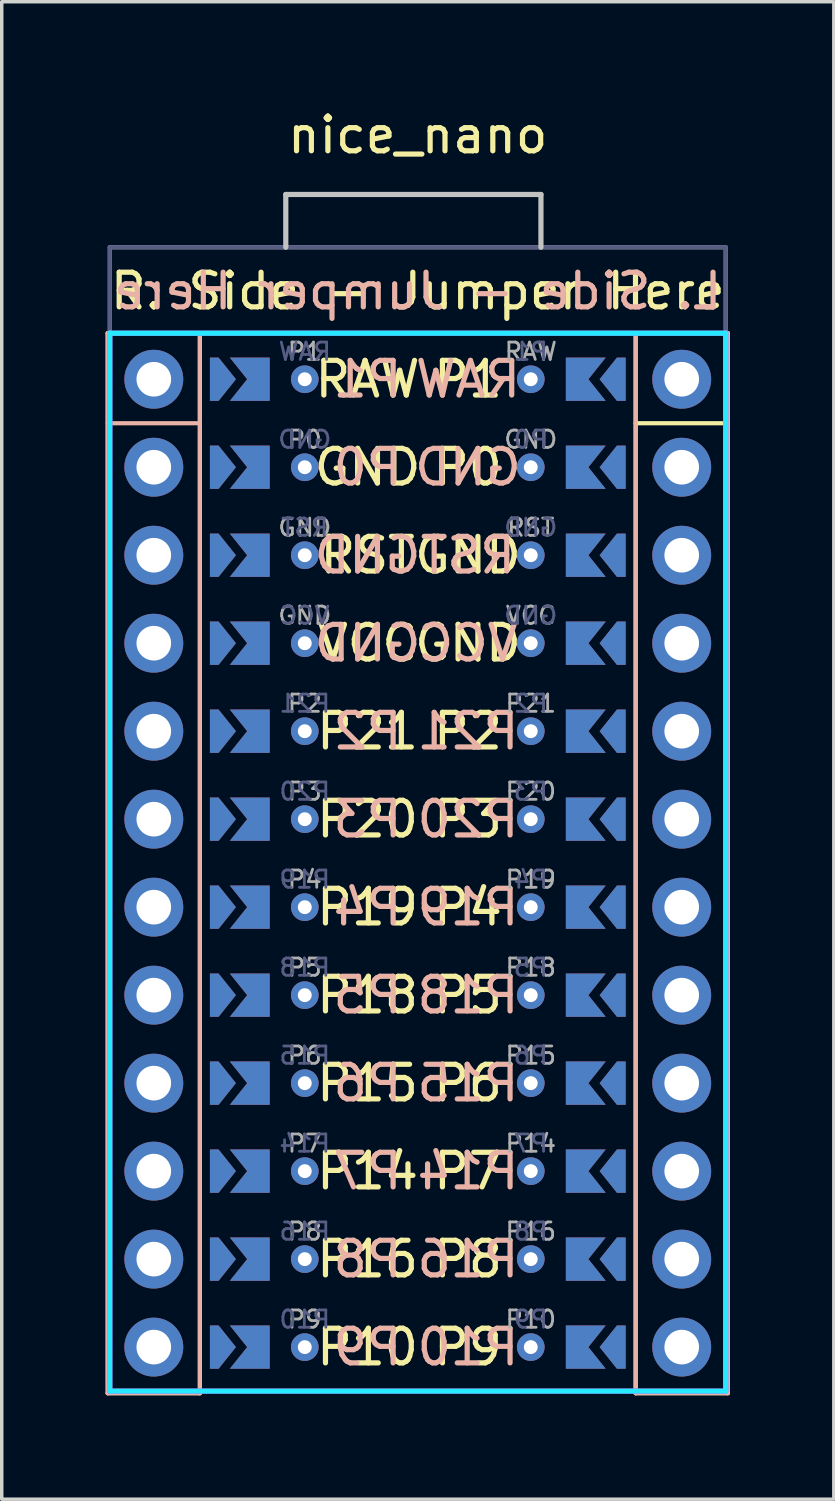
<source format=kicad_pcb>
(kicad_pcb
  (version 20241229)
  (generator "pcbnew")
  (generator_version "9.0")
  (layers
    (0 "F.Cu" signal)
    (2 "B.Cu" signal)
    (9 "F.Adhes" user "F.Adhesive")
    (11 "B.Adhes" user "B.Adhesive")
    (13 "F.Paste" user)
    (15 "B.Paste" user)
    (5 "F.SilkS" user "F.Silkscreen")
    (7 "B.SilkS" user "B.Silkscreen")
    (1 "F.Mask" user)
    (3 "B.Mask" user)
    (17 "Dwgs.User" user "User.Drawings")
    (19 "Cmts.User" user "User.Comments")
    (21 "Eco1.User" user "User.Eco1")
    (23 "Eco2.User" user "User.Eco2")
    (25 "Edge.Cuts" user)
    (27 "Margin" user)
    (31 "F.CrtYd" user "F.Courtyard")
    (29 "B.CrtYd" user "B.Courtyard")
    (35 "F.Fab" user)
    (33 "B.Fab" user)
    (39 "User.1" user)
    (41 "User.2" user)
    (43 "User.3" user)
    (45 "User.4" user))
  (footprint "nice_nano"
    (layer "F.Cu")
    (at 9.01 20.598)
    (property "Reference" "nice_nano" (at 0 -19.75 0) (layer "F.SilkS") (effects (font (size 1 1) (thickness 0.15))))
    (attr through_hole)
    (fp_line (start -8.95 -14.03) (end -8.95 16.57) (stroke (width 0.12) (type solid)) (layer "F.SilkS"))
    (fp_line (start -8.95 -14.03) (end -6.29 -14.03) (stroke (width 0.12) (type solid)) (layer "F.SilkS"))
    (fp_line (start -8.95 16.57) (end -6.29 16.57) (stroke (width 0.12) (type solid)) (layer "F.SilkS"))
    (fp_line (start -6.29 -14.03) (end -6.29 16.57) (stroke (width 0.12) (type solid)) (layer "F.SilkS"))
    (fp_line (start 6.29 -14.03) (end 6.29 16.57) (stroke (width 0.12) (type solid)) (layer "F.SilkS"))
    (fp_line (start 6.29 -14.03) (end 8.95 -14.03) (stroke (width 0.12) (type solid)) (layer "F.SilkS"))
    (fp_line (start 6.29 -11.43) (end 8.95 -11.43) (stroke (width 0.12) (type solid)) (layer "F.SilkS"))
    (fp_line (start 6.29 16.57) (end 8.95 16.57) (stroke (width 0.12) (type solid)) (layer "F.SilkS"))
    (fp_line (start 8.95 -14.03) (end 8.95 16.57) (stroke (width 0.12) (type solid)) (layer "F.SilkS"))
    (fp_line (start -8.95 -14.03) (end -8.95 16.57) (stroke (width 0.12) (type solid)) (layer "B.SilkS"))
    (fp_line (start -8.95 -11.43) (end -6.29 -11.43) (stroke (width 0.12) (type solid)) (layer "B.SilkS"))
    (fp_line (start -6.29 -14.03) (end -8.95 -14.03) (stroke (width 0.12) (type solid)) (layer "B.SilkS"))
    (fp_line (start -6.29 -14.03) (end -6.29 16.57) (stroke (width 0.12) (type solid)) (layer "B.SilkS"))
    (fp_line (start -6.29 16.57) (end -8.95 16.57) (stroke (width 0.12) (type solid)) (layer "B.SilkS"))
    (fp_line (start 6.29 -14.03) (end 6.29 16.57) (stroke (width 0.12) (type solid)) (layer "B.SilkS"))
    (fp_line (start 8.95 -14.03) (end 6.29 -14.03) (stroke (width 0.12) (type solid)) (layer "B.SilkS"))
    (fp_line (start 8.95 -14.03) (end 8.95 16.57) (stroke (width 0.12) (type solid)) (layer "B.SilkS"))
    (fp_line (start 8.95 16.57) (end 6.29 16.57) (stroke (width 0.12) (type solid)) (layer "B.SilkS"))
    (fp_line (start -3.81 -18.034) (end 3.556 -18.034) (stroke (width 0.15) (type solid)) (layer "Dwgs.User"))
    (fp_line (start -3.81 -16.51) (end -3.81 -18.034) (stroke (width 0.15) (type solid)) (layer "Dwgs.User"))
    (fp_line (start 3.556 -18.034) (end 3.556 -16.51) (stroke (width 0.15) (type solid)) (layer "Dwgs.User"))
    (fp_line (start -8.89 -14.03) (end 8.89 -14.03) (stroke (width 0.15) (type solid)) (layer "B.CrtYd"))
    (fp_line (start -8.89 16.51) (end -8.89 -14.03) (stroke (width 0.15) (type solid)) (layer "B.CrtYd"))
    (fp_line (start 8.89 -14.03) (end 8.89 16.51) (stroke (width 0.15) (type solid)) (layer "B.CrtYd"))
    (fp_line (start 8.89 16.51) (end -8.89 16.51) (stroke (width 0.15) (type solid)) (layer "B.CrtYd"))
    (fp_line (start -8.89 -14.03) (end -8.89 16.51) (stroke (width 0.15) (type solid)) (layer "F.CrtYd"))
    (fp_line (start -8.89 16.51) (end 8.89 16.51) (stroke (width 0.15) (type solid)) (layer "F.CrtYd"))
    (fp_line (start 8.89 -14.03) (end -8.89 -14.03) (stroke (width 0.15) (type solid)) (layer "F.CrtYd"))
    (fp_line (start 8.89 16.51) (end 8.89 -14.03) (stroke (width 0.15) (type solid)) (layer "F.CrtYd"))
    (fp_line (start -8.89 -16.51) (end 8.89 -16.51) (stroke (width 0.12) (type solid)) (layer "B.Fab"))
    (fp_line (start -8.89 -16.5) (end -8.89 -13.99) (stroke (width 0.12) (type solid)) (layer "B.Fab"))
    (fp_line (start 8.89 -16.51) (end 8.89 -14) (stroke (width 0.12) (type solid)) (layer "B.Fab"))
    (fp_line (start -8.89 -16.51) (end -8.89 -14) (stroke (width 0.12) (type solid)) (layer "F.Fab"))
    (fp_line (start -8.89 -16.51) (end 8.89 -16.51) (stroke (width 0.12) (type solid)) (layer "F.Fab"))
    (fp_line (start 8.89 -16.51) (end 8.89 -14) (stroke (width 0.12) (type solid)) (layer "F.Fab"))
    (fp_text user "" (at -1.45 1.27 270) (layer "F.SilkS") (effects (font (size 1.27 1.27) (thickness 0.15))))
    (fp_text user "P9" (at 1.45 15.24 0) (layer "F.SilkS") (effects (font (size 1 1) (thickness 0.15))))
    (fp_text user "P16" (at -1.45 12.7 0) (layer "F.SilkS") (effects (font (size 1 1) (thickness 0.15))))
    (fp_text user "P18" (at -1.45 5.08 0) (layer "F.SilkS") (effects (font (size 1 1) (thickness 0.15))))
    (fp_text user "P5" (at 1.45 5.08 0) (layer "F.SilkS") (effects (font (size 1 1) (thickness 0.15))))
    (fp_text user "R. Side - Jumper Here" (at 0 -15.245 0) (layer "F.SilkS") (effects (font (size 1 1) (thickness 0.15))))
    (fp_text user "RST" (at -1.45 -7.62 0) (layer "F.SilkS") (effects (font (size 1 1) (thickness 0.15))))
    (fp_text user "P19" (at -1.45 2.54 0) (layer "F.SilkS") (effects (font (size 1 1) (thickness 0.15))))
    (fp_text user "P21" (at -1.45 -2.54 0) (layer "F.SilkS") (effects (font (size 1 1) (thickness 0.15))))
    (fp_text user "P3" (at 1.45 0 0) (layer "F.SilkS") (effects (font (size 1 1) (thickness 0.15))))
    (fp_text user "P14" (at -1.45 10.16 0) (layer "F.SilkS") (effects (font (size 1 1) (thickness 0.15))))
    (fp_text user "P8" (at 1.45 12.7 0) (layer "F.SilkS") (effects (font (size 1 1) (thickness 0.15))))
    (fp_text user "RAW" (at -1.45 -12.7 0) (layer "F.SilkS") (effects (font (size 1 1) (thickness 0.15))))
    (fp_text user "P6" (at 1.45 7.62 0) (layer "F.SilkS") (effects (font (size 1 1) (thickness 0.15))))
    (fp_text user "P1" (at 1.45 -12.7 0) (layer "F.SilkS") (effects (font (size 1 1) (thickness 0.15))))
    (fp_text user "GND" (at 1.45 -7.62 0) (layer "F.SilkS") (effects (font (size 1 1) (thickness 0.15))))
    (fp_text user "P0" (at 1.45 -10.16 0) (layer "F.SilkS") (effects (font (size 1 1) (thickness 0.15))))
    (fp_text user "P7" (at 1.45 10.16 0) (layer "F.SilkS") (effects (font (size 1 1) (thickness 0.15))))
    (fp_text user "P2" (at 1.45 -2.54 0) (layer "F.SilkS") (effects (font (size 1 1) (thickness 0.15))))
    (fp_text user "P20" (at -1.45 0 0) (layer "F.SilkS") (effects (font (size 1 1) (thickness 0.15))))
    (fp_text user "GND" (at -1.45 -10.16 0) (layer "F.SilkS") (effects (font (size 1 1) (thickness 0.15))))
    (fp_text user "VCC" (at -1.45 -5.08 0) (layer "F.SilkS") (effects (font (size 1 1) (thickness 0.15))))
    (fp_text user "P4" (at 1.45 2.54 0) (layer "F.SilkS") (effects (font (size 1 1) (thickness 0.15))))
    (fp_text user "P15" (at -1.45 7.62 0) (layer "F.SilkS") (effects (font (size 1 1) (thickness 0.15))))
    (fp_text user "P10" (at -1.45 15.24 0) (layer "F.SilkS") (effects (font (size 1 1) (thickness 0.15))))
    (fp_text user "GND" (at 1.45 -5.08 0) (layer "F.SilkS") (effects (font (size 1 1) (thickness 0.15))))
    (fp_text user "P4" (at -1.45 2.54 180) (layer "B.SilkS") (effects (font (size 1 1) (thickness 0.15)) (justify mirror)))
    (fp_text user "P16" (at 1.45 12.7 180) (layer "B.SilkS") (effects (font (size 1 1) (thickness 0.15)) (justify mirror)))
    (fp_text user "RST" (at 1.45 -7.62 180) (layer "B.SilkS") (effects (font (size 1 1) (thickness 0.15)) (justify mirror)))
    (fp_text user "P9" (at -1.45 15.24 180) (layer "B.SilkS") (effects (font (size 1 1) (thickness 0.15)) (justify mirror)))
    (fp_text user "" (at 1.45 1.27 270) (layer "B.SilkS") (effects (font (size 1.27 1.27) (thickness 0.15)) (justify mirror)))
    (fp_text user "GND" (at -1.45 -5.08 0) (layer "B.SilkS") (effects (font (size 1 1) (thickness 0.15)) (justify mirror)))
    (fp_text user "P10" (at 1.45 15.24 180) (layer "B.SilkS") (effects (font (size 1 1) (thickness 0.15)) (justify mirror)))
    (fp_text user "GND" (at 1.45 -10.16 180) (layer "B.SilkS") (effects (font (size 1 1) (thickness 0.15)) (justify mirror)))
    (fp_text user "P15" (at 1.45 7.62 180) (layer "B.SilkS") (effects (font (size 1 1) (thickness 0.15)) (justify mirror)))
    (fp_text user "P0" (at -1.45 -10.16 180) (layer "B.SilkS") (effects (font (size 1 1) (thickness 0.15)) (justify mirror)))
    (fp_text user "P5" (at -1.45 5.08 180) (layer "B.SilkS") (effects (font (size 1 1) (thickness 0.15)) (justify mirror)))
    (fp_text user "GND" (at -1.45 -7.62 0) (layer "B.SilkS") (effects (font (size 1 1) (thickness 0.15)) (justify mirror)))
    (fp_text user "P1" (at -1.45 -12.7 180) (layer "B.SilkS") (effects (font (size 1 1) (thickness 0.15)) (justify mirror)))
    (fp_text user "P6" (at -1.45 7.62 180) (layer "B.SilkS") (effects (font (size 1 1) (thickness 0.15)) (justify mirror)))
    (fp_text user "L. Side - Jumper Here" (at 0 -15.245 0) (layer "B.SilkS") (effects (font (size 1 1) (thickness 0.15)) (justify mirror)))
    (fp_text user "P7" (at -1.45 10.16 180) (layer "B.SilkS") (effects (font (size 1 1) (thickness 0.15)) (justify mirror)))
    (fp_text user "P21" (at 1.45 -2.54 180) (layer "B.SilkS") (effects (font (size 1 1) (thickness 0.15)) (justify mirror)))
    (fp_text user "P18" (at 1.45 5.08 180) (layer "B.SilkS") (effects (font (size 1 1) (thickness 0.15)) (justify mirror)))
    (fp_text user "P14" (at 1.45 10.16 180) (layer "B.SilkS") (effects (font (size 1 1) (thickness 0.15)) (justify mirror)))
    (fp_text user "P19" (at 1.45 2.54 180) (layer "B.SilkS") (effects (font (size 1 1) (thickness 0.15)) (justify mirror)))
    (fp_text user "P8" (at -1.45 12.7 180) (layer "B.SilkS") (effects (font (size 1 1) (thickness 0.15)) (justify mirror)))
    (fp_text user "P20" (at 1.45 0 180) (layer "B.SilkS") (effects (font (size 1 1) (thickness 0.15)) (justify mirror)))
    (fp_text user "P3" (at -1.45 0 180) (layer "B.SilkS") (effects (font (size 1 1) (thickness 0.15)) (justify mirror)))
    (fp_text user "RAW" (at 1.45 -12.7 180) (layer "B.SilkS") (effects (font (size 1 1) (thickness 0.15)) (justify mirror)))
    (fp_text user "P2" (at -1.45 -2.54 180) (layer "B.SilkS") (effects (font (size 1 1) (thickness 0.15)) (justify mirror)))
    (fp_text user "VCC" (at 1.45 -5.08 180) (layer "B.SilkS") (effects (font (size 1 1) (thickness 0.15)) (justify mirror)))
    (fp_text user "P18" (at -3.262 4.28 180) (layer "B.Fab") (effects (font (size 0.5 0.5) (thickness 0.08)) (justify mirror)))
    (fp_text user "P8" (at 3.262 11.9 180) (layer "B.Fab") (effects (font (size 0.5 0.5) (thickness 0.08)) (justify mirror)))
    (fp_text user "P15" (at -3.262 6.82 180) (layer "B.Fab") (effects (font (size 0.5 0.5) (thickness 0.08)) (justify mirror)))
    (fp_text user "P4" (at 3.262 1.74 180) (layer "B.Fab") (effects (font (size 0.5 0.5) (thickness 0.08)) (justify mirror)))
    (fp_text user "P0" (at 3.262 -10.96 180) (layer "B.Fab") (effects (font (size 0.5 0.5) (thickness 0.08)) (justify mirror)))
    (fp_text user "RAW" (at -3.262 -13.5 180) (layer "B.Fab") (effects (font (size 0.5 0.5) (thickness 0.08)) (justify mirror)))
    (fp_text user "P6" (at 3.262 6.82 180) (layer "B.Fab") (effects (font (size 0.5 0.5) (thickness 0.08)) (justify mirror)))
    (fp_text user "P19" (at -3.262 1.74 180) (layer "B.Fab") (effects (font (size 0.5 0.5) (thickness 0.08)) (justify mirror)))
    (fp_text user "P5" (at 3.262 4.28 180) (layer "B.Fab") (effects (font (size 0.5 0.5) (thickness 0.08)) (justify mirror)))
    (fp_text user "P21" (at -3.262 -3.34 180) (layer "B.Fab") (effects (font (size 0.5 0.5) (thickness 0.08)) (justify mirror)))
    (fp_text user "P9" (at 3.262 14.44 180) (layer "B.Fab") (effects (font (size 0.5 0.5) (thickness 0.08)) (justify mirror)))
    (fp_text user "P10" (at -3.262 14.44 180) (layer "B.Fab") (effects (font (size 0.5 0.5) (thickness 0.08)) (justify mirror)))
    (fp_text user "GND" (at -3.262 -10.96 180) (layer "B.Fab") (effects (font (size 0.5 0.5) (thickness 0.08)) (justify mirror)))
    (fp_text user "P3" (at 3.262 -0.8 180) (layer "B.Fab") (effects (font (size 0.5 0.5) (thickness 0.08)) (justify mirror)))
    (fp_text user "GND" (at 3.262 -8.42 180) (layer "B.Fab") (effects (font (size 0.5 0.5) (thickness 0.08)) (justify mirror)))
    (fp_text user "P2" (at 3.262 -3.34 180) (layer "B.Fab") (effects (font (size 0.5 0.5) (thickness 0.08)) (justify mirror)))
    (fp_text user "VCC" (at -3.262 -5.88 180) (layer "B.Fab") (effects (font (size 0.5 0.5) (thickness 0.08)) (justify mirror)))
    (fp_text user "P20" (at -3.262 -0.8 180) (layer "B.Fab") (effects (font (size 0.5 0.5) (thickness 0.08)) (justify mirror)))
    (fp_text user "GND" (at 3.262 -5.88 180) (layer "B.Fab") (effects (font (size 0.5 0.5) (thickness 0.08)) (justify mirror)))
    (fp_text user "P7" (at 3.262 9.36 180) (layer "B.Fab") (effects (font (size 0.5 0.5) (thickness 0.08)) (justify mirror)))
    (fp_text user "P16" (at -3.262 11.9 180) (layer "B.Fab") (effects (font (size 0.5 0.5) (thickness 0.08)) (justify mirror)))
    (fp_text user "RST" (at -3.262 -8.42 180) (layer "B.Fab") (effects (font (size 0.5 0.5) (thickness 0.08)) (justify mirror)))
    (fp_text user "P1" (at 3.262 -13.5 180) (layer "B.Fab") (effects (font (size 0.5 0.5) (thickness 0.08)) (justify mirror)))
    (fp_text user "P14" (at -3.262 9.36 180) (layer "B.Fab") (effects (font (size 0.5 0.5) (thickness 0.08)) (justify mirror)))
    (fp_text user "P21" (at 3.262 -3.34 0) (layer "F.Fab") (effects (font (size 0.5 0.5) (thickness 0.08))))
    (fp_text user "RST" (at 3.262 -8.42 0) (layer "F.Fab") (effects (font (size 0.5 0.5) (thickness 0.08))))
    (fp_text user "P20" (at 3.262 -0.8 0) (layer "F.Fab") (effects (font (size 0.5 0.5) (thickness 0.08))))
    (fp_text user "P10" (at 3.262 14.44 0) (layer "F.Fab") (effects (font (size 0.5 0.5) (thickness 0.08))))
    (fp_text user "P7" (at -3.262 9.36 0) (layer "F.Fab") (effects (font (size 0.5 0.5) (thickness 0.08))))
    (fp_text user "P8" (at -3.262 11.9 0) (layer "F.Fab") (effects (font (size 0.5 0.5) (thickness 0.08))))
    (fp_text user "P19" (at 3.262 1.74 0) (layer "F.Fab") (effects (font (size 0.5 0.5) (thickness 0.08))))
    (fp_text user "P3" (at -3.262 -0.8 0) (layer "F.Fab") (effects (font (size 0.5 0.5) (thickness 0.08))))
    (fp_text user "P1" (at -3.262 -13.5 0) (layer "F.Fab") (effects (font (size 0.5 0.5) (thickness 0.08))))
    (fp_text user "P16" (at 3.262 11.9 0) (layer "F.Fab") (effects (font (size 0.5 0.5) (thickness 0.08))))
    (fp_text user "RAW" (at 3.262 -13.5 0) (layer "F.Fab") (effects (font (size 0.5 0.5) (thickness 0.08))))
    (fp_text user "P2" (at -3.262 -3.34 0) (layer "F.Fab") (effects (font (size 0.5 0.5) (thickness 0.08))))
    (fp_text user "P18" (at 3.262 4.28 0) (layer "F.Fab") (effects (font (size 0.5 0.5) (thickness 0.08))))
    (fp_text user "P9" (at -3.262 14.44 0) (layer "F.Fab") (effects (font (size 0.5 0.5) (thickness 0.08))))
    (fp_text user "GND" (at -3.262 -5.88 0) (layer "F.Fab") (effects (font (size 0.5 0.5) (thickness 0.08))))
    (fp_text user "P0" (at -3.262 -10.96 0) (layer "F.Fab") (effects (font (size 0.5 0.5) (thickness 0.08))))
    (fp_text user "P4" (at -3.262 1.74 0) (layer "F.Fab") (effects (font (size 0.5 0.5) (thickness 0.08))))
    (fp_text user "VCC" (at 3.262 -5.88 0) (layer "F.Fab") (effects (font (size 0.5 0.5) (thickness 0.08))))
    (fp_text user "P5" (at -3.262 4.28 0) (layer "F.Fab") (effects (font (size 0.5 0.5) (thickness 0.08))))
    (fp_text user "P6" (at -3.262 6.82 0) (layer "F.Fab") (effects (font (size 0.5 0.5) (thickness 0.08))))
    (fp_text user "GND" (at 3.262 -10.96 0) (layer "F.Fab") (effects (font (size 0.5 0.5) (thickness 0.08))))
    (fp_text user "P15" (at 3.262 6.82 0) (layer "F.Fab") (effects (font (size 0.5 0.5) (thickness 0.08))))
    (fp_text user "P14" (at 3.262 9.36 0) (layer "F.Fab") (effects (font (size 0.5 0.5) (thickness 0.08))))
    (fp_text user "GND" (at -3.262 -8.42 0) (layer "F.Fab") (effects (font (size 0.5 0.5) (thickness 0.08))))
    (pad "1" smd custom (at 5.5 -12.7 180) (size 0.2 0.2) (layers "F.Cu" "F.Mask") (options (anchor rect)) (primitives (gr_poly (pts (xy -0.5 -0.625) (xy -0.25 -0.625) (xy 0.25 0) (xy -0.25 0.625) (xy -0.5 0.625)) (width 0) (fill yes))))
    (pad "1" smd custom (at 5.5 -12.7 180) (size 0.2 0.2) (layers "B.Cu" "B.Mask") (options (anchor rect)) (primitives (gr_poly (pts (xy -0.5 0.625) (xy -0.25 0.625) (xy 0.25 0) (xy -0.25 -0.625) (xy -0.5 -0.625)) (width 0) (fill yes))))
    (pad "1" thru_hole circle (at 7.62 -12.7) (size 1.7 1.7) (drill 1) (layers "*.Cu" "*.Mask"))
    (pad "2" smd custom (at 5.5 -10.16 180) (size 0.2 0.2) (layers "F.Cu" "F.Mask") (options (anchor rect)) (primitives (gr_poly (pts (xy -0.5 -0.625) (xy -0.25 -0.625) (xy 0.25 0) (xy -0.25 0.625) (xy -0.5 0.625)) (width 0) (fill yes))))
    (pad "2" smd custom (at 5.5 -10.16 180) (size 0.2 0.2) (layers "B.Cu" "B.Mask") (options (anchor rect)) (primitives (gr_poly (pts (xy -0.5 0.625) (xy -0.25 0.625) (xy 0.25 0) (xy -0.25 -0.625) (xy -0.5 -0.625)) (width 0) (fill yes))))
    (pad "2" thru_hole oval (at 7.62 -10.16) (size 1.7 1.7) (drill 1) (layers "*.Cu" "*.Mask"))
    (pad "3" smd custom (at 5.5 -7.62 180) (size 0.2 0.2) (layers "F.Cu" "F.Mask") (options (anchor rect)) (primitives (gr_poly (pts (xy -0.5 -0.625) (xy -0.25 -0.625) (xy 0.25 0) (xy -0.25 0.625) (xy -0.5 0.625)) (width 0) (fill yes))))
    (pad "3" smd custom (at 5.5 -7.62 180) (size 0.2 0.2) (layers "B.Cu" "B.Mask") (options (anchor rect)) (primitives (gr_poly (pts (xy -0.5 0.625) (xy -0.25 0.625) (xy 0.25 0) (xy -0.25 -0.625) (xy -0.5 -0.625)) (width 0) (fill yes))))
    (pad "3" thru_hole oval (at 7.62 -7.62) (size 1.7 1.7) (drill 1) (layers "*.Cu" "*.Mask"))
    (pad "4" smd custom (at 5.5 -5.08 180) (size 0.2 0.2) (layers "F.Cu" "F.Mask") (options (anchor rect)) (primitives (gr_poly (pts (xy -0.5 -0.625) (xy -0.25 -0.625) (xy 0.25 0) (xy -0.25 0.625) (xy -0.5 0.625)) (width 0) (fill yes))))
    (pad "4" smd custom (at 5.5 -5.08 180) (size 0.2 0.2) (layers "B.Cu" "B.Mask") (options (anchor rect)) (primitives (gr_poly (pts (xy -0.5 0.625) (xy -0.25 0.625) (xy 0.25 0) (xy -0.25 -0.625) (xy -0.5 -0.625)) (width 0) (fill yes))))
    (pad "4" thru_hole oval (at 7.62 -5.08) (size 1.7 1.7) (drill 1) (layers "*.Cu" "*.Mask"))
    (pad "5" smd custom (at 5.5 -2.54 180) (size 0.2 0.2) (layers "F.Cu" "F.Mask") (options (anchor rect)) (primitives (gr_poly (pts (xy -0.5 -0.625) (xy -0.25 -0.625) (xy 0.25 0) (xy -0.25 0.625) (xy -0.5 0.625)) (width 0) (fill yes))))
    (pad "5" smd custom (at 5.5 -2.54 180) (size 0.2 0.2) (layers "B.Cu" "B.Mask") (options (anchor rect)) (primitives (gr_poly (pts (xy -0.5 0.625) (xy -0.25 0.625) (xy 0.25 0) (xy -0.25 -0.625) (xy -0.5 -0.625)) (width 0) (fill yes))))
    (pad "5" thru_hole oval (at 7.62 -2.54) (size 1.7 1.7) (drill 1) (layers "*.Cu" "*.Mask"))
    (pad "6" smd custom (at 5.5 0 180) (size 0.2 0.2) (layers "F.Cu" "F.Mask") (options (anchor rect)) (primitives (gr_poly (pts (xy -0.5 -0.625) (xy -0.25 -0.625) (xy 0.25 0) (xy -0.25 0.625) (xy -0.5 0.625)) (width 0) (fill yes))))
    (pad "6" smd custom (at 5.5 0 180) (size 0.2 0.2) (layers "B.Cu" "B.Mask") (options (anchor rect)) (primitives (gr_poly (pts (xy -0.5 0.625) (xy -0.25 0.625) (xy 0.25 0) (xy -0.25 -0.625) (xy -0.5 -0.625)) (width 0) (fill yes))))
    (pad "6" thru_hole oval (at 7.62 0) (size 1.7 1.7) (drill 1) (layers "*.Cu" "*.Mask"))
    (pad "7" smd custom (at 5.5 2.54 180) (size 0.2 0.2) (layers "F.Cu" "F.Mask") (options (anchor rect)) (primitives (gr_poly (pts (xy -0.5 -0.625) (xy -0.25 -0.625) (xy 0.25 0) (xy -0.25 0.625) (xy -0.5 0.625)) (width 0) (fill yes))))
    (pad "7" smd custom (at 5.5 2.54 180) (size 0.2 0.2) (layers "B.Cu" "B.Mask") (options (anchor rect)) (primitives (gr_poly (pts (xy -0.5 0.625) (xy -0.25 0.625) (xy 0.25 0) (xy -0.25 -0.625) (xy -0.5 -0.625)) (width 0) (fill yes))))
    (pad "7" thru_hole oval (at 7.62 2.54) (size 1.7 1.7) (drill 1) (layers "*.Cu" "*.Mask"))
    (pad "8" smd custom (at 5.5 5.08 180) (size 0.2 0.2) (layers "F.Cu" "F.Mask") (options (anchor rect)) (primitives (gr_poly (pts (xy -0.5 -0.625) (xy -0.25 -0.625) (xy 0.25 0) (xy -0.25 0.625) (xy -0.5 0.625)) (width 0) (fill yes))))
    (pad "8" smd custom (at 5.5 5.08 180) (size 0.2 0.2) (layers "B.Cu" "B.Mask") (options (anchor rect)) (primitives (gr_poly (pts (xy -0.5 0.625) (xy -0.25 0.625) (xy 0.25 0) (xy -0.25 -0.625) (xy -0.5 -0.625)) (width 0) (fill yes))))
    (pad "8" thru_hole oval (at 7.62 5.08) (size 1.7 1.7) (drill 1) (layers "*.Cu" "*.Mask"))
    (pad "9" smd custom (at 5.5 7.62 180) (size 0.2 0.2) (layers "F.Cu" "F.Mask") (options (anchor rect)) (primitives (gr_poly (pts (xy -0.5 -0.625) (xy -0.25 -0.625) (xy 0.25 0) (xy -0.25 0.625) (xy -0.5 0.625)) (width 0) (fill yes))))
    (pad "9" smd custom (at 5.5 7.62 180) (size 0.2 0.2) (layers "B.Cu" "B.Mask") (options (anchor rect)) (primitives (gr_poly (pts (xy -0.5 0.625) (xy -0.25 0.625) (xy 0.25 0) (xy -0.25 -0.625) (xy -0.5 -0.625)) (width 0) (fill yes))))
    (pad "9" thru_hole oval (at 7.62 7.62) (size 1.7 1.7) (drill 1) (layers "*.Cu" "*.Mask"))
    (pad "10" smd custom (at 5.5 10.16 180) (size 0.2 0.2) (layers "F.Cu" "F.Mask") (options (anchor rect)) (primitives (gr_poly (pts (xy -0.5 -0.625) (xy -0.25 -0.625) (xy 0.25 0) (xy -0.25 0.625) (xy -0.5 0.625)) (width 0) (fill yes))))
    (pad "10" smd custom (at 5.5 10.16 180) (size 0.2 0.2) (layers "B.Cu" "B.Mask") (options (anchor rect)) (primitives (gr_poly (pts (xy -0.5 0.625) (xy -0.25 0.625) (xy 0.25 0) (xy -0.25 -0.625) (xy -0.5 -0.625)) (width 0) (fill yes))))
    (pad "10" thru_hole oval (at 7.62 10.16) (size 1.7 1.7) (drill 1) (layers "*.Cu" "*.Mask"))
    (pad "11" smd custom (at 5.5 12.7 180) (size 0.2 0.2) (layers "F.Cu" "F.Mask") (options (anchor rect)) (primitives (gr_poly (pts (xy -0.5 -0.625) (xy -0.25 -0.625) (xy 0.25 0) (xy -0.25 0.625) (xy -0.5 0.625)) (width 0) (fill yes))))
    (pad "11" smd custom (at 5.5 12.7 180) (size 0.2 0.2) (layers "B.Cu" "B.Mask") (options (anchor rect)) (primitives (gr_poly (pts (xy -0.5 0.625) (xy -0.25 0.625) (xy 0.25 0) (xy -0.25 -0.625) (xy -0.5 -0.625)) (width 0) (fill yes))))
    (pad "11" thru_hole oval (at 7.62 12.7) (size 1.7 1.7) (drill 1) (layers "*.Cu" "*.Mask"))
    (pad "12" smd custom (at 5.5 15.24 180) (size 0.2 0.2) (layers "F.Cu" "F.Mask") (options (anchor rect)) (primitives (gr_poly (pts (xy -0.5 -0.625) (xy -0.25 -0.625) (xy 0.25 0) (xy -0.25 0.625) (xy -0.5 0.625)) (width 0) (fill yes))))
    (pad "12" smd custom (at 5.5 15.24 180) (size 0.2 0.2) (layers "B.Cu" "B.Mask") (options (anchor rect)) (primitives (gr_poly (pts (xy -0.5 0.625) (xy -0.25 0.625) (xy 0.25 0) (xy -0.25 -0.625) (xy -0.5 -0.625)) (width 0) (fill yes))))
    (pad "12" thru_hole oval (at 7.62 15.24) (size 1.7 1.7) (drill 1) (layers "*.Cu" "*.Mask"))
    (pad "13" thru_hole oval (at -7.62 15.24) (size 1.7 1.7) (drill 1) (layers "*.Cu" "*.Mask"))
    (pad "13" smd custom (at -5.5 15.24) (size 0.2 0.2) (layers "F.Cu" "F.Mask") (options (anchor rect)) (primitives (gr_poly (pts (xy -0.5 -0.625) (xy -0.25 -0.625) (xy 0.25 0) (xy -0.25 0.625) (xy -0.5 0.625)) (width 0) (fill yes))))
    (pad "13" smd custom (at -5.5 15.24) (size 0.2 0.2) (layers "B.Cu" "B.Mask") (options (anchor rect)) (primitives (gr_poly (pts (xy -0.5 0.625) (xy -0.25 0.625) (xy 0.25 0) (xy -0.25 -0.625) (xy -0.5 -0.625)) (width 0) (fill yes))))
    (pad "14" thru_hole oval (at -7.62 12.7) (size 1.7 1.7) (drill 1) (layers "*.Cu" "*.Mask"))
    (pad "14" smd custom (at -5.5 12.7) (size 0.2 0.2) (layers "F.Cu" "F.Mask") (options (anchor rect)) (primitives (gr_poly (pts (xy -0.5 -0.625) (xy -0.25 -0.625) (xy 0.25 0) (xy -0.25 0.625) (xy -0.5 0.625)) (width 0) (fill yes))))
    (pad "14" smd custom (at -5.5 12.7) (size 0.2 0.2) (layers "B.Cu" "B.Mask") (options (anchor rect)) (primitives (gr_poly (pts (xy -0.5 0.625) (xy -0.25 0.625) (xy 0.25 0) (xy -0.25 -0.625) (xy -0.5 -0.625)) (width 0) (fill yes))))
    (pad "15" thru_hole oval (at -7.62 10.16) (size 1.7 1.7) (drill 1) (layers "*.Cu" "*.Mask"))
    (pad "15" smd custom (at -5.5 10.16) (size 0.2 0.2) (layers "F.Cu" "F.Mask") (options (anchor rect)) (primitives (gr_poly (pts (xy -0.5 -0.625) (xy -0.25 -0.625) (xy 0.25 0) (xy -0.25 0.625) (xy -0.5 0.625)) (width 0) (fill yes))))
    (pad "15" smd custom (at -5.5 10.16) (size 0.2 0.2) (layers "B.Cu" "B.Mask") (options (anchor rect)) (primitives (gr_poly (pts (xy -0.5 0.625) (xy -0.25 0.625) (xy 0.25 0) (xy -0.25 -0.625) (xy -0.5 -0.625)) (width 0) (fill yes))))
    (pad "16" thru_hole oval (at -7.62 7.62) (size 1.7 1.7) (drill 1) (layers "*.Cu" "*.Mask"))
    (pad "16" smd custom (at -5.5 7.62) (size 0.2 0.2) (layers "F.Cu" "F.Mask") (options (anchor rect)) (primitives (gr_poly (pts (xy -0.5 -0.625) (xy -0.25 -0.625) (xy 0.25 0) (xy -0.25 0.625) (xy -0.5 0.625)) (width 0) (fill yes))))
    (pad "16" smd custom (at -5.5 7.62) (size 0.2 0.2) (layers "B.Cu" "B.Mask") (options (anchor rect)) (primitives (gr_poly (pts (xy -0.5 0.625) (xy -0.25 0.625) (xy 0.25 0) (xy -0.25 -0.625) (xy -0.5 -0.625)) (width 0) (fill yes))))
    (pad "17" thru_hole oval (at -7.62 5.08) (size 1.7 1.7) (drill 1) (layers "*.Cu" "*.Mask"))
    (pad "17" smd custom (at -5.5 5.08) (size 0.2 0.2) (layers "F.Cu" "F.Mask") (options (anchor rect)) (primitives (gr_poly (pts (xy -0.5 -0.625) (xy -0.25 -0.625) (xy 0.25 0) (xy -0.25 0.625) (xy -0.5 0.625)) (width 0) (fill yes))))
    (pad "17" smd custom (at -5.5 5.08) (size 0.2 0.2) (layers "B.Cu" "B.Mask") (options (anchor rect)) (primitives (gr_poly (pts (xy -0.5 0.625) (xy -0.25 0.625) (xy 0.25 0) (xy -0.25 -0.625) (xy -0.5 -0.625)) (width 0) (fill yes))))
    (pad "18" thru_hole oval (at -7.62 2.54) (size 1.7 1.7) (drill 1) (layers "*.Cu" "*.Mask"))
    (pad "18" smd custom (at -5.5 2.54) (size 0.2 0.2) (layers "F.Cu" "F.Mask") (options (anchor rect)) (primitives (gr_poly (pts (xy -0.5 -0.625) (xy -0.25 -0.625) (xy 0.25 0) (xy -0.25 0.625) (xy -0.5 0.625)) (width 0) (fill yes))))
    (pad "18" smd custom (at -5.5 2.54) (size 0.2 0.2) (layers "B.Cu" "B.Mask") (options (anchor rect)) (primitives (gr_poly (pts (xy -0.5 0.625) (xy -0.25 0.625) (xy 0.25 0) (xy -0.25 -0.625) (xy -0.5 -0.625)) (width 0) (fill yes))))
    (pad "19" thru_hole oval (at -7.62 0) (size 1.7 1.7) (drill 1) (layers "*.Cu" "*.Mask"))
    (pad "19" smd custom (at -5.5 0) (size 0.2 0.2) (layers "F.Cu" "F.Mask") (options (anchor rect)) (primitives (gr_poly (pts (xy -0.5 -0.625) (xy -0.25 -0.625) (xy 0.25 0) (xy -0.25 0.625) (xy -0.5 0.625)) (width 0) (fill yes))))
    (pad "19" smd custom (at -5.5 0) (size 0.2 0.2) (layers "B.Cu" "B.Mask") (options (anchor rect)) (primitives (gr_poly (pts (xy -0.5 0.625) (xy -0.25 0.625) (xy 0.25 0) (xy -0.25 -0.625) (xy -0.5 -0.625)) (width 0) (fill yes))))
    (pad "20" thru_hole oval (at -7.62 -2.54) (size 1.7 1.7) (drill 1) (layers "*.Cu" "*.Mask"))
    (pad "20" smd custom (at -5.5 -2.54) (size 0.2 0.2) (layers "F.Cu" "F.Mask") (options (anchor rect)) (primitives (gr_poly (pts (xy -0.5 -0.625) (xy -0.25 -0.625) (xy 0.25 0) (xy -0.25 0.625) (xy -0.5 0.625)) (width 0) (fill yes))))
    (pad "20" smd custom (at -5.5 -2.54) (size 0.2 0.2) (layers "B.Cu" "B.Mask") (options (anchor rect)) (primitives (gr_poly (pts (xy -0.5 0.625) (xy -0.25 0.625) (xy 0.25 0) (xy -0.25 -0.625) (xy -0.5 -0.625)) (width 0) (fill yes))))
    (pad "21" thru_hole oval (at -7.62 -5.08) (size 1.7 1.7) (drill 1) (layers "*.Cu" "*.Mask"))
    (pad "21" smd custom (at -5.5 -5.08) (size 0.2 0.2) (layers "F.Cu" "F.Mask") (options (anchor rect)) (primitives (gr_poly (pts (xy -0.5 -0.625) (xy -0.25 -0.625) (xy 0.25 0) (xy -0.25 0.625) (xy -0.5 0.625)) (width 0) (fill yes))))
    (pad "21" smd custom (at -5.5 -5.08) (size 0.2 0.2) (layers "B.Cu" "B.Mask") (options (anchor rect)) (primitives (gr_poly (pts (xy -0.5 0.625) (xy -0.25 0.625) (xy 0.25 0) (xy -0.25 -0.625) (xy -0.5 -0.625)) (width 0) (fill yes))))
    (pad "22" thru_hole oval (at -7.62 -7.62) (size 1.7 1.7) (drill 1) (layers "*.Cu" "*.Mask"))
    (pad "22" smd custom (at -5.5 -7.62) (size 0.2 0.2) (layers "F.Cu" "F.Mask") (options (anchor rect)) (primitives (gr_poly (pts (xy -0.5 -0.625) (xy -0.25 -0.625) (xy 0.25 0) (xy -0.25 0.625) (xy -0.5 0.625)) (width 0) (fill yes))))
    (pad "22" smd custom (at -5.5 -7.62) (size 0.2 0.2) (layers "B.Cu" "B.Mask") (options (anchor rect)) (primitives (gr_poly (pts (xy -0.5 0.625) (xy -0.25 0.625) (xy 0.25 0) (xy -0.25 -0.625) (xy -0.5 -0.625)) (width 0) (fill yes))))
    (pad "23" thru_hole oval (at -7.62 -10.16) (size 1.7 1.7) (drill 1) (layers "*.Cu" "*.Mask"))
    (pad "23" smd custom (at -5.5 -10.16) (size 0.2 0.2) (layers "F.Cu" "F.Mask") (options (anchor rect)) (primitives (gr_poly (pts (xy -0.5 -0.625) (xy -0.25 -0.625) (xy 0.25 0) (xy -0.25 0.625) (xy -0.5 0.625)) (width 0) (fill yes))))
    (pad "23" smd custom (at -5.5 -10.16) (size 0.2 0.2) (layers "B.Cu" "B.Mask") (options (anchor rect)) (primitives (gr_poly (pts (xy -0.5 0.625) (xy -0.25 0.625) (xy 0.25 0) (xy -0.25 -0.625) (xy -0.5 -0.625)) (width 0) (fill yes))))
    (pad "24" thru_hole circle (at -7.62 -12.7) (size 1.7 1.7) (drill 1) (layers "*.Cu" "*.Mask"))
    (pad "24" smd custom (at -5.5 -12.7) (size 0.2 0.2) (layers "F.Cu" "F.Mask") (options (anchor rect)) (primitives (gr_poly (pts (xy -0.5 -0.625) (xy -0.25 -0.625) (xy 0.25 0) (xy -0.25 0.625) (xy -0.5 0.625)) (width 0) (fill yes))))
    (pad "24" smd custom (at -5.5 -12.7) (size 0.2 0.2) (layers "B.Cu" "B.Mask") (options (anchor rect)) (primitives (gr_poly (pts (xy -0.5 0.625) (xy -0.25 0.625) (xy 0.25 0) (xy -0.25 -0.625) (xy -0.5 -0.625)) (width 0) (fill yes))))
    (pad "101" smd custom (at -4.775 -12.7) (size 0.2 0.2) (layers "F.Cu" "F.Mask") (options (anchor rect)) (primitives (gr_poly (pts (xy -0.65 -0.625) (xy 0.5 -0.625) (xy 0.5 0.625) (xy -0.65 0.625) (xy -0.15 0)) (width 0) (fill yes))))
    (pad "101" thru_hole circle (at -3.262 -12.7) (size 0.8 0.8) (drill 0.4) (layers "*.Cu" "*.Mask"))
    (pad "101" smd custom (at 4.775 -12.7 180) (size 0.2 0.2) (layers "B.Cu" "B.Mask") (options (anchor rect)) (primitives (gr_poly (pts (xy -0.65 0.625) (xy 0.5 0.625) (xy 0.5 -0.625) (xy -0.65 -0.625) (xy -0.15 0)) (width 0) (fill yes))))
    (pad "102" smd custom (at -4.775 -10.16) (size 0.2 0.2) (layers "F.Cu" "F.Mask") (options (anchor rect)) (primitives (gr_poly (pts (xy -0.65 -0.625) (xy 0.5 -0.625) (xy 0.5 0.625) (xy -0.65 0.625) (xy -0.15 0)) (width 0) (fill yes))))
    (pad "102" thru_hole circle (at -3.262 -10.16) (size 0.8 0.8) (drill 0.4) (layers "*.Cu" "*.Mask"))
    (pad "102" smd custom (at 4.775 -10.16 180) (size 0.2 0.2) (layers "B.Cu" "B.Mask") (options (anchor rect)) (primitives (gr_poly (pts (xy -0.65 0.625) (xy 0.5 0.625) (xy 0.5 -0.625) (xy -0.65 -0.625) (xy -0.15 0)) (width 0) (fill yes))))
    (pad "103" smd custom (at -4.775 -7.62) (size 0.2 0.2) (layers "F.Cu" "F.Mask") (options (anchor rect)) (primitives (gr_poly (pts (xy -0.65 -0.625) (xy 0.5 -0.625) (xy 0.5 0.625) (xy -0.65 0.625) (xy -0.15 0)) (width 0) (fill yes))))
    (pad "103" thru_hole circle (at -3.262 -7.62) (size 0.8 0.8) (drill 0.4) (layers "*.Cu" "*.Mask"))
    (pad "103" smd custom (at 4.775 -7.62 180) (size 0.2 0.2) (layers "B.Cu" "B.Mask") (options (anchor rect)) (primitives (gr_poly (pts (xy -0.65 0.625) (xy 0.5 0.625) (xy 0.5 -0.625) (xy -0.65 -0.625) (xy -0.15 0)) (width 0) (fill yes))))
    (pad "104" smd custom (at -4.775 -5.08) (size 0.2 0.2) (layers "F.Cu" "F.Mask") (options (anchor rect)) (primitives (gr_poly (pts (xy -0.65 -0.625) (xy 0.5 -0.625) (xy 0.5 0.625) (xy -0.65 0.625) (xy -0.15 0)) (width 0) (fill yes))))
    (pad "104" thru_hole circle (at -3.262 -5.08) (size 0.8 0.8) (drill 0.4) (layers "*.Cu" "*.Mask"))
    (pad "104" smd custom (at 4.775 -5.08 180) (size 0.2 0.2) (layers "B.Cu" "B.Mask") (options (anchor rect)) (primitives (gr_poly (pts (xy -0.65 0.625) (xy 0.5 0.625) (xy 0.5 -0.625) (xy -0.65 -0.625) (xy -0.15 0)) (width 0) (fill yes))))
    (pad "105" smd custom (at -4.775 -2.54) (size 0.2 0.2) (layers "F.Cu" "F.Mask") (options (anchor rect)) (primitives (gr_poly (pts (xy -0.65 -0.625) (xy 0.5 -0.625) (xy 0.5 0.625) (xy -0.65 0.625) (xy -0.15 0)) (width 0) (fill yes))))
    (pad "105" thru_hole circle (at -3.262 -2.54) (size 0.8 0.8) (drill 0.4) (layers "*.Cu" "*.Mask"))
    (pad "105" smd custom (at 4.775 -2.54 180) (size 0.2 0.2) (layers "B.Cu" "B.Mask") (options (anchor rect)) (primitives (gr_poly (pts (xy -0.65 0.625) (xy 0.5 0.625) (xy 0.5 -0.625) (xy -0.65 -0.625) (xy -0.15 0)) (width 0) (fill yes))))
    (pad "106" smd custom (at -4.775 0) (size 0.2 0.2) (layers "F.Cu" "F.Mask") (options (anchor rect)) (primitives (gr_poly (pts (xy -0.65 -0.625) (xy 0.5 -0.625) (xy 0.5 0.625) (xy -0.65 0.625) (xy -0.15 0)) (width 0) (fill yes))))
    (pad "106" thru_hole circle (at -3.262 0) (size 0.8 0.8) (drill 0.4) (layers "*.Cu" "*.Mask"))
    (pad "106" smd custom (at 4.775 0 180) (size 0.2 0.2) (layers "B.Cu" "B.Mask") (options (anchor rect)) (primitives (gr_poly (pts (xy -0.65 0.625) (xy 0.5 0.625) (xy 0.5 -0.625) (xy -0.65 -0.625) (xy -0.15 0)) (width 0) (fill yes))))
    (pad "107" smd custom (at -4.775 2.54) (size 0.2 0.2) (layers "F.Cu" "F.Mask") (options (anchor rect)) (primitives (gr_poly (pts (xy -0.65 -0.625) (xy 0.5 -0.625) (xy 0.5 0.625) (xy -0.65 0.625) (xy -0.15 0)) (width 0) (fill yes))))
    (pad "107" thru_hole circle (at -3.262 2.54) (size 0.8 0.8) (drill 0.4) (layers "*.Cu" "*.Mask"))
    (pad "107" smd custom (at 4.775 2.54 180) (size 0.2 0.2) (layers "B.Cu" "B.Mask") (options (anchor rect)) (primitives (gr_poly (pts (xy -0.65 0.625) (xy 0.5 0.625) (xy 0.5 -0.625) (xy -0.65 -0.625) (xy -0.15 0)) (width 0) (fill yes))))
    (pad "108" smd custom (at -4.775 5.08) (size 0.2 0.2) (layers "F.Cu" "F.Mask") (options (anchor rect)) (primitives (gr_poly (pts (xy -0.65 -0.625) (xy 0.5 -0.625) (xy 0.5 0.625) (xy -0.65 0.625) (xy -0.15 0)) (width 0) (fill yes))))
    (pad "108" thru_hole circle (at -3.262 5.08) (size 0.8 0.8) (drill 0.4) (layers "*.Cu" "*.Mask"))
    (pad "108" smd custom (at 4.775 5.08 180) (size 0.2 0.2) (layers "B.Cu" "B.Mask") (options (anchor rect)) (primitives (gr_poly (pts (xy -0.65 0.625) (xy 0.5 0.625) (xy 0.5 -0.625) (xy -0.65 -0.625) (xy -0.15 0)) (width 0) (fill yes))))
    (pad "109" smd custom (at -4.775 7.62) (size 0.2 0.2) (layers "F.Cu" "F.Mask") (options (anchor rect)) (primitives (gr_poly (pts (xy -0.65 -0.625) (xy 0.5 -0.625) (xy 0.5 0.625) (xy -0.65 0.625) (xy -0.15 0)) (width 0) (fill yes))))
    (pad "109" thru_hole circle (at -3.262 7.62) (size 0.8 0.8) (drill 0.4) (layers "*.Cu" "*.Mask"))
    (pad "109" smd custom (at 4.775 7.62 180) (size 0.2 0.2) (layers "B.Cu" "B.Mask") (options (anchor rect)) (primitives (gr_poly (pts (xy -0.65 0.625) (xy 0.5 0.625) (xy 0.5 -0.625) (xy -0.65 -0.625) (xy -0.15 0)) (width 0) (fill yes))))
    (pad "110" smd custom (at -4.775 10.16) (size 0.2 0.2) (layers "F.Cu" "F.Mask") (options (anchor rect)) (primitives (gr_poly (pts (xy -0.65 -0.625) (xy 0.5 -0.625) (xy 0.5 0.625) (xy -0.65 0.625) (xy -0.15 0)) (width 0) (fill yes))))
    (pad "110" thru_hole circle (at -3.262 10.16) (size 0.8 0.8) (drill 0.4) (layers "*.Cu" "*.Mask"))
    (pad "110" smd custom (at 4.775 10.16 180) (size 0.2 0.2) (layers "B.Cu" "B.Mask") (options (anchor rect)) (primitives (gr_poly (pts (xy -0.65 0.625) (xy 0.5 0.625) (xy 0.5 -0.625) (xy -0.65 -0.625) (xy -0.15 0)) (width 0) (fill yes))))
    (pad "111" smd custom (at -4.775 12.7) (size 0.2 0.2) (layers "F.Cu" "F.Mask") (options (anchor rect)) (primitives (gr_poly (pts (xy -0.65 -0.625) (xy 0.5 -0.625) (xy 0.5 0.625) (xy -0.65 0.625) (xy -0.15 0)) (width 0) (fill yes))))
    (pad "111" thru_hole circle (at -3.262 12.7) (size 0.8 0.8) (drill 0.4) (layers "*.Cu" "*.Mask"))
    (pad "111" smd custom (at 4.775 12.7 180) (size 0.2 0.2) (layers "B.Cu" "B.Mask") (options (anchor rect)) (primitives (gr_poly (pts (xy -0.65 0.625) (xy 0.5 0.625) (xy 0.5 -0.625) (xy -0.65 -0.625) (xy -0.15 0)) (width 0) (fill yes))))
    (pad "112" smd custom (at -4.775 15.24) (size 0.2 0.2) (layers "F.Cu" "F.Mask") (options (anchor rect)) (primitives (gr_poly (pts (xy -0.65 -0.625) (xy 0.5 -0.625) (xy 0.5 0.625) (xy -0.65 0.625) (xy -0.15 0)) (width 0) (fill yes))))
    (pad "112" thru_hole circle (at -3.262 15.24) (size 0.8 0.8) (drill 0.4) (layers "*.Cu" "*.Mask"))
    (pad "112" smd custom (at 4.775 15.24 180) (size 0.2 0.2) (layers "B.Cu" "B.Mask") (options (anchor rect)) (primitives (gr_poly (pts (xy -0.65 0.625) (xy 0.5 0.625) (xy 0.5 -0.625) (xy -0.65 -0.625) (xy -0.15 0)) (width 0) (fill yes))))
    (pad "113" smd custom (at -4.775 15.24) (size 0.2 0.2) (layers "B.Cu" "B.Mask") (options (anchor rect)) (primitives (gr_poly (pts (xy -0.65 0.625) (xy 0.5 0.625) (xy 0.5 -0.625) (xy -0.65 -0.625) (xy -0.15 0)) (width 0) (fill yes))))
    (pad "113" thru_hole circle (at 3.262 15.24) (size 0.8 0.8) (drill 0.4) (layers "*.Cu" "*.Mask"))
    (pad "113" smd custom (at 4.775 15.24 180) (size 0.2 0.2) (layers "F.Cu" "F.Mask") (options (anchor rect)) (primitives (gr_poly (pts (xy -0.65 -0.625) (xy 0.5 -0.625) (xy 0.5 0.625) (xy -0.65 0.625) (xy -0.15 0)) (width 0) (fill yes))))
    (pad "114" smd custom (at -4.775 12.7) (size 0.2 0.2) (layers "B.Cu" "B.Mask") (options (anchor rect)) (primitives (gr_poly (pts (xy -0.65 0.625) (xy 0.5 0.625) (xy 0.5 -0.625) (xy -0.65 -0.625) (xy -0.15 0)) (width 0) (fill yes))))
    (pad "114" thru_hole circle (at 3.262 12.7) (size 0.8 0.8) (drill 0.4) (layers "*.Cu" "*.Mask"))
    (pad "114" smd custom (at 4.775 12.7 180) (size 0.2 0.2) (layers "F.Cu" "F.Mask") (options (anchor rect)) (primitives (gr_poly (pts (xy -0.65 -0.625) (xy 0.5 -0.625) (xy 0.5 0.625) (xy -0.65 0.625) (xy -0.15 0)) (width 0) (fill yes))))
    (pad "115" smd custom (at -4.775 10.16) (size 0.2 0.2) (layers "B.Cu" "B.Mask") (options (anchor rect)) (primitives (gr_poly (pts (xy -0.65 0.625) (xy 0.5 0.625) (xy 0.5 -0.625) (xy -0.65 -0.625) (xy -0.15 0)) (width 0) (fill yes))))
    (pad "115" thru_hole circle (at 3.262 10.16) (size 0.8 0.8) (drill 0.4) (layers "*.Cu" "*.Mask"))
    (pad "115" smd custom (at 4.775 10.16 180) (size 0.2 0.2) (layers "F.Cu" "F.Mask") (options (anchor rect)) (primitives (gr_poly (pts (xy -0.65 -0.625) (xy 0.5 -0.625) (xy 0.5 0.625) (xy -0.65 0.625) (xy -0.15 0)) (width 0) (fill yes))))
    (pad "116" smd custom (at -4.775 7.62) (size 0.2 0.2) (layers "B.Cu" "B.Mask") (options (anchor rect)) (primitives (gr_poly (pts (xy -0.65 0.625) (xy 0.5 0.625) (xy 0.5 -0.625) (xy -0.65 -0.625) (xy -0.15 0)) (width 0) (fill yes))))
    (pad "116" thru_hole circle (at 3.262 7.62) (size 0.8 0.8) (drill 0.4) (layers "*.Cu" "*.Mask"))
    (pad "116" smd custom (at 4.775 7.62 180) (size 0.2 0.2) (layers "F.Cu" "F.Mask") (options (anchor rect)) (primitives (gr_poly (pts (xy -0.65 -0.625) (xy 0.5 -0.625) (xy 0.5 0.625) (xy -0.65 0.625) (xy -0.15 0)) (width 0) (fill yes))))
    (pad "117" smd custom (at -4.775 5.08) (size 0.2 0.2) (layers "B.Cu" "B.Mask") (options (anchor rect)) (primitives (gr_poly (pts (xy -0.65 0.625) (xy 0.5 0.625) (xy 0.5 -0.625) (xy -0.65 -0.625) (xy -0.15 0)) (width 0) (fill yes))))
    (pad "117" thru_hole circle (at 3.262 5.08) (size 0.8 0.8) (drill 0.4) (layers "*.Cu" "*.Mask"))
    (pad "117" smd custom (at 4.775 5.08 180) (size 0.2 0.2) (layers "F.Cu" "F.Mask") (options (anchor rect)) (primitives (gr_poly (pts (xy -0.65 -0.625) (xy 0.5 -0.625) (xy 0.5 0.625) (xy -0.65 0.625) (xy -0.15 0)) (width 0) (fill yes))))
    (pad "118" smd custom (at -4.775 2.54) (size 0.2 0.2) (layers "B.Cu" "B.Mask") (options (anchor rect)) (primitives (gr_poly (pts (xy -0.65 0.625) (xy 0.5 0.625) (xy 0.5 -0.625) (xy -0.65 -0.625) (xy -0.15 0)) (width 0) (fill yes))))
    (pad "118" thru_hole circle (at 3.262 2.54) (size 0.8 0.8) (drill 0.4) (layers "*.Cu" "*.Mask"))
    (pad "118" smd custom (at 4.775 2.54 180) (size 0.2 0.2) (layers "F.Cu" "F.Mask") (options (anchor rect)) (primitives (gr_poly (pts (xy -0.65 -0.625) (xy 0.5 -0.625) (xy 0.5 0.625) (xy -0.65 0.625) (xy -0.15 0)) (width 0) (fill yes))))
    (pad "119" smd custom (at -4.775 0) (size 0.2 0.2) (layers "B.Cu" "B.Mask") (options (anchor rect)) (primitives (gr_poly (pts (xy -0.65 0.625) (xy 0.5 0.625) (xy 0.5 -0.625) (xy -0.65 -0.625) (xy -0.15 0)) (width 0) (fill yes))))
    (pad "119" thru_hole circle (at 3.262 0) (size 0.8 0.8) (drill 0.4) (layers "*.Cu" "*.Mask"))
    (pad "119" smd custom (at 4.775 0 180) (size 0.2 0.2) (layers "F.Cu" "F.Mask") (options (anchor rect)) (primitives (gr_poly (pts (xy -0.65 -0.625) (xy 0.5 -0.625) (xy 0.5 0.625) (xy -0.65 0.625) (xy -0.15 0)) (width 0) (fill yes))))
    (pad "120" smd custom (at -4.775 -2.54) (size 0.2 0.2) (layers "B.Cu" "B.Mask") (options (anchor rect)) (primitives (gr_poly (pts (xy -0.65 0.625) (xy 0.5 0.625) (xy 0.5 -0.625) (xy -0.65 -0.625) (xy -0.15 0)) (width 0) (fill yes))))
    (pad "120" thru_hole circle (at 3.262 -2.54) (size 0.8 0.8) (drill 0.4) (layers "*.Cu" "*.Mask"))
    (pad "120" smd custom (at 4.775 -2.54 180) (size 0.2 0.2) (layers "F.Cu" "F.Mask") (options (anchor rect)) (primitives (gr_poly (pts (xy -0.65 -0.625) (xy 0.5 -0.625) (xy 0.5 0.625) (xy -0.65 0.625) (xy -0.15 0)) (width 0) (fill yes))))
    (pad "121" smd custom (at -4.775 -5.08) (size 0.2 0.2) (layers "B.Cu" "B.Mask") (options (anchor rect)) (primitives (gr_poly (pts (xy -0.65 0.625) (xy 0.5 0.625) (xy 0.5 -0.625) (xy -0.65 -0.625) (xy -0.15 0)) (width 0) (fill yes))))
    (pad "121" thru_hole circle (at 3.262 -5.08) (size 0.8 0.8) (drill 0.4) (layers "*.Cu" "*.Mask"))
    (pad "121" smd custom (at 4.775 -5.08 180) (size 0.2 0.2) (layers "F.Cu" "F.Mask") (options (anchor rect)) (primitives (gr_poly (pts (xy -0.65 -0.625) (xy 0.5 -0.625) (xy 0.5 0.625) (xy -0.65 0.625) (xy -0.15 0)) (width 0) (fill yes))))
    (pad "122" smd custom (at -4.775 -7.62) (size 0.2 0.2) (layers "B.Cu" "B.Mask") (options (anchor rect)) (primitives (gr_poly (pts (xy -0.65 0.625) (xy 0.5 0.625) (xy 0.5 -0.625) (xy -0.65 -0.625) (xy -0.15 0)) (width 0) (fill yes))))
    (pad "122" thru_hole circle (at 3.262 -7.62) (size 0.8 0.8) (drill 0.4) (layers "*.Cu" "*.Mask"))
    (pad "122" smd custom (at 4.775 -7.62 180) (size 0.2 0.2) (layers "F.Cu" "F.Mask") (options (anchor rect)) (primitives (gr_poly (pts (xy -0.65 -0.625) (xy 0.5 -0.625) (xy 0.5 0.625) (xy -0.65 0.625) (xy -0.15 0)) (width 0) (fill yes))))
    (pad "123" smd custom (at -4.775 -10.16) (size 0.2 0.2) (layers "B.Cu" "B.Mask") (options (anchor rect)) (primitives (gr_poly (pts (xy -0.65 0.625) (xy 0.5 0.625) (xy 0.5 -0.625) (xy -0.65 -0.625) (xy -0.15 0)) (width 0) (fill yes))))
    (pad "123" thru_hole circle (at 3.262 -10.16) (size 0.8 0.8) (drill 0.4) (layers "*.Cu" "*.Mask"))
    (pad "123" smd custom (at 4.775 -10.16 180) (size 0.2 0.2) (layers "F.Cu" "F.Mask") (options (anchor rect)) (primitives (gr_poly (pts (xy -0.65 -0.625) (xy 0.5 -0.625) (xy 0.5 0.625) (xy -0.65 0.625) (xy -0.15 0)) (width 0) (fill yes))))
    (pad "124" smd custom (at -4.775 -12.7) (size 0.2 0.2) (layers "B.Cu" "B.Mask") (options (anchor rect)) (primitives (gr_poly (pts (xy -0.65 0.625) (xy 0.5 0.625) (xy 0.5 -0.625) (xy -0.65 -0.625) (xy -0.15 0)) (width 0) (fill yes))))
    (pad "124" thru_hole circle (at 3.262 -12.7) (size 0.8 0.8) (drill 0.4) (layers "*.Cu" "*.Mask"))
    (pad "124" smd custom (at 4.775 -12.7 180) (size 0.2 0.2) (layers "F.Cu" "F.Mask") (options (anchor rect)) (primitives (gr_poly (pts (xy -0.65 -0.625) (xy 0.5 -0.625) (xy 0.5 0.625) (xy -0.65 0.625) (xy -0.15 0)) (width 0) (fill yes)))))
  (gr_rect
    (start -3 -3)
    (end 21.02 40.228)
    (stroke (width 0.1) (type default))
    (fill no)
    (layer "Edge.Cuts")))
</source>
